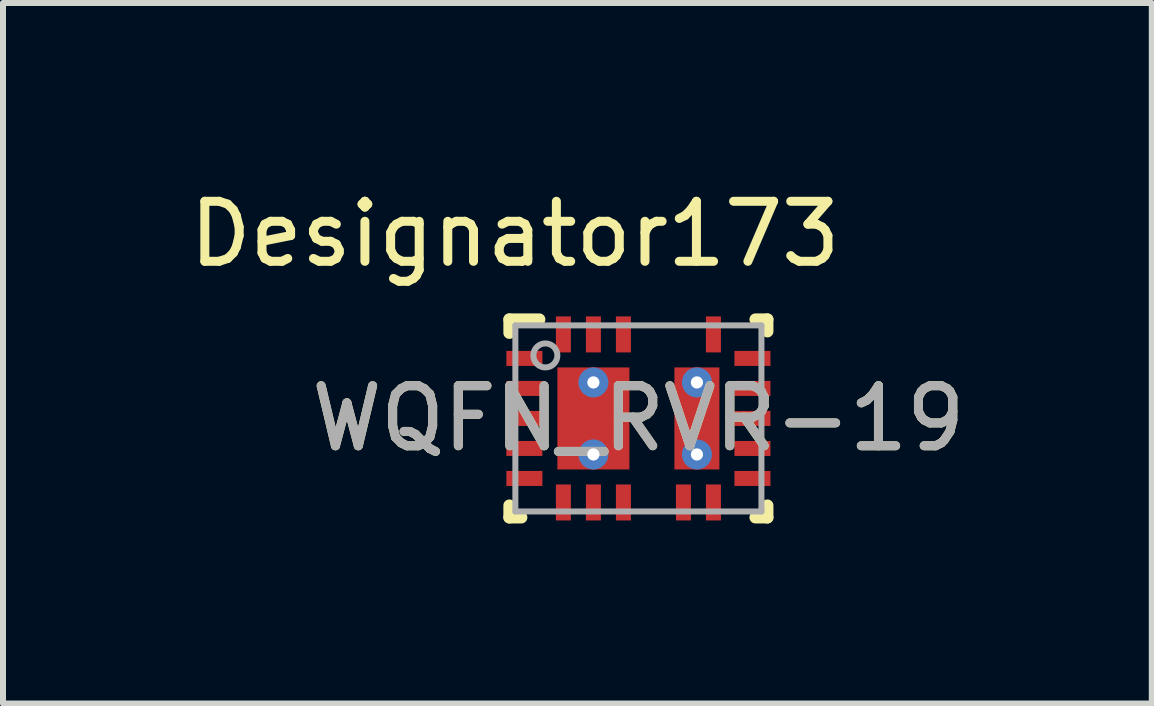
<source format=kicad_pcb>
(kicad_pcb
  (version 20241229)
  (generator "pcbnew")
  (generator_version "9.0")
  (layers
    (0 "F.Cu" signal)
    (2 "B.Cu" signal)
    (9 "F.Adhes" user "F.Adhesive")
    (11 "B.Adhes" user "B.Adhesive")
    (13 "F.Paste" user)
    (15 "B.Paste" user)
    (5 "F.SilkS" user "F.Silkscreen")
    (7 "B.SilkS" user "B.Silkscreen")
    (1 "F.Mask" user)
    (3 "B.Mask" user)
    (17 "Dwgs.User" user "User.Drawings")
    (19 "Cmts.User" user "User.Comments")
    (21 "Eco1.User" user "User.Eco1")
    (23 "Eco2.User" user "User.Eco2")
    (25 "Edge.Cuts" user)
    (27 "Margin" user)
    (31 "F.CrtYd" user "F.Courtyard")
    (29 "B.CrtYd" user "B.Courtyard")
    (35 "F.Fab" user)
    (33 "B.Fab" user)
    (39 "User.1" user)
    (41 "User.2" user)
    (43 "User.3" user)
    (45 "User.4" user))
  (footprint "WQFN_RVR-19"
    (layer "F.Cu")
    (at 7.587 3.922)
    (property "Reference" "WQFN_RVR-19" (at 0 0 0) (unlocked yes) (layer "F.SilkS") (effects (font (size 1 1) (thickness 0.15))))
    (attr smd)
    (fp_line (start -2.15 -1.65) (end -1.65 -1.65) (stroke (width 0.2) (type solid)) (layer "F.SilkS"))
    (fp_line (start -2.15 -1.425) (end -2.15 -1.65) (stroke (width 0.2) (type solid)) (layer "F.SilkS"))
    (fp_line (start -2.15 1.65) (end -2.15 1.45) (stroke (width 0.2) (type solid)) (layer "F.SilkS"))
    (fp_line (start -2.15 1.65) (end -1.95 1.65) (stroke (width 0.2) (type solid)) (layer "F.SilkS"))
    (fp_line (start 1.95 -1.65) (end 2.15 -1.65) (stroke (width 0.2) (type solid)) (layer "F.SilkS"))
    (fp_line (start 1.95 1.65) (end 2.15 1.65) (stroke (width 0.2) (type solid)) (layer "F.SilkS"))
    (fp_line (start 2.15 -1.45) (end 2.15 -1.65) (stroke (width 0.2) (type solid)) (layer "F.SilkS"))
    (fp_line (start 2.15 1.65) (end 2.15 1.45) (stroke (width 0.2) (type solid)) (layer "F.SilkS"))
    (fp_poly (pts (xy -1.315 -0.149) (xy -1.315 -0.801) (xy -1.314 -0.811) (xy -1.311 -0.82) (xy -1.307 -0.828) (xy -1.301 -0.836) (xy -1.293 -0.842) (xy -1.285 -0.846) (xy -1.276 -0.849) (xy -1.266 -0.85) (xy -0.234 -0.85) (xy -0.224 -0.849) (xy -0.215 -0.846) (xy -0.207 -0.842) (xy -0.199 -0.836) (xy -0.193 -0.828) (xy -0.189 -0.82) (xy -0.186 -0.811) (xy -0.185 -0.801) (xy -0.185 -0.149) (xy -0.186 -0.139) (xy -0.189 -0.13) (xy -0.193 -0.122) (xy -0.199 -0.114) (xy -0.207 -0.108) (xy -0.215 -0.104) (xy -0.224 -0.101) (xy -0.234 -0.1) (xy -1.266 -0.1) (xy -1.276 -0.101) (xy -1.285 -0.104) (xy -1.293 -0.108) (xy -1.301 -0.114) (xy -1.307 -0.122) (xy -1.311 -0.13) (xy -1.314 -0.139)) (stroke (width 0) (type solid)) (fill yes) (layer "F.Paste"))
    (fp_poly (pts (xy -1.315 0.801) (xy -1.315 0.149) (xy -1.314 0.139) (xy -1.311 0.13) (xy -1.307 0.122) (xy -1.301 0.114) (xy -1.293 0.108) (xy -1.285 0.104) (xy -1.276 0.101) (xy -1.266 0.1) (xy -0.234 0.1) (xy -0.224 0.101) (xy -0.215 0.104) (xy -0.207 0.108) (xy -0.199 0.114) (xy -0.193 0.122) (xy -0.189 0.13) (xy -0.186 0.139) (xy -0.185 0.149) (xy -0.185 0.801) (xy -0.186 0.811) (xy -0.189 0.82) (xy -0.193 0.828) (xy -0.199 0.836) (xy -0.207 0.842) (xy -0.215 0.846) (xy -0.224 0.849) (xy -0.234 0.85) (xy -1.266 0.85) (xy -1.276 0.849) (xy -1.285 0.846) (xy -1.293 0.842) (xy -1.301 0.836) (xy -1.307 0.828) (xy -1.311 0.82) (xy -1.314 0.811)) (stroke (width 0) (type solid)) (fill yes) (layer "F.Paste"))
    (fp_poly (pts (xy 0.62 -0.146) (xy 0.62 -0.804) (xy 0.621 -0.813) (xy 0.624 -0.822) (xy 0.628 -0.829) (xy 0.634 -0.836) (xy 0.641 -0.842) (xy 0.648 -0.846) (xy 0.657 -0.849) (xy 0.666 -0.85) (xy 1.284 -0.85) (xy 1.293 -0.849) (xy 1.302 -0.846) (xy 1.309 -0.842) (xy 1.316 -0.836) (xy 1.322 -0.829) (xy 1.326 -0.822) (xy 1.329 -0.813) (xy 1.33 -0.804) (xy 1.33 -0.146) (xy 1.329 -0.137) (xy 1.326 -0.128) (xy 1.322 -0.121) (xy 1.316 -0.114) (xy 1.309 -0.108) (xy 1.302 -0.104) (xy 1.293 -0.101) (xy 1.284 -0.1) (xy 0.666 -0.1) (xy 0.657 -0.101) (xy 0.648 -0.104) (xy 0.641 -0.108) (xy 0.634 -0.114) (xy 0.628 -0.121) (xy 0.624 -0.128) (xy 0.621 -0.137)) (stroke (width 0) (type solid)) (fill yes) (layer "F.Paste"))
    (fp_poly (pts (xy 0.62 0.804) (xy 0.62 0.146) (xy 0.621 0.137) (xy 0.624 0.128) (xy 0.628 0.121) (xy 0.634 0.114) (xy 0.641 0.108) (xy 0.648 0.104) (xy 0.657 0.101) (xy 0.666 0.1) (xy 1.284 0.1) (xy 1.293 0.101) (xy 1.302 0.104) (xy 1.309 0.108) (xy 1.316 0.114) (xy 1.322 0.121) (xy 1.326 0.128) (xy 1.329 0.137) (xy 1.33 0.146) (xy 1.33 0.804) (xy 1.329 0.813) (xy 1.326 0.822) (xy 1.322 0.829) (xy 1.316 0.836) (xy 1.309 0.842) (xy 1.302 0.846) (xy 1.293 0.849) (xy 1.284 0.85) (xy 0.666 0.85) (xy 0.657 0.849) (xy 0.648 0.846) (xy 0.641 0.842) (xy 0.634 0.836) (xy 0.628 0.829) (xy 0.624 0.822) (xy 0.621 0.813)) (stroke (width 0) (type solid)) (fill yes) (layer "F.Paste"))
    (fp_line (start -2.05 1.55) (end -2.05 -1.55) (stroke (width 0.1) (type solid)) (layer "F.Fab"))
    (fp_line (start -2.05 1.55) (end 2.05 1.55) (stroke (width 0.1) (type solid)) (layer "F.Fab"))
    (fp_line (start -2.05 -1.55) (end 2.05 -1.55) (stroke (width 0.1) (type solid)) (layer "F.Fab"))
    (fp_line (start 2.05 1.55) (end 2.05 -1.55) (stroke (width 0.1) (type solid)) (layer "F.Fab"))
    (fp_circle (center -1.55 -1.05) (end -1.35 -1.05) (stroke (width 0.1) (type solid)) (fill no) (layer "F.Fab"))
    (fp_text user "Designator173" (at -2.057 -3.073 0) (unlocked yes) (layer "F.SilkS") (effects (font (size 1 1) (thickness 0.15))))
    (fp_text user "${REFERENCE}" (at 0 0 0) (unlocked yes) (layer "F.Fab") (effects (font (size 1 1) (thickness 0.15))))
    (pad "1" smd rect (at -1.9 -1 90) (size 0.25 0.6) (layers "F.Cu" "F.Mask" "F.Paste"))
    (pad "2" smd rect (at -1.9 -0.5 90) (size 0.25 0.6) (layers "F.Cu" "F.Mask" "F.Paste"))
    (pad "3" smd rect (at -1.9 -0.000003 90) (size 0.25 0.6) (layers "F.Cu" "F.Mask" "F.Paste"))
    (pad "4" smd rect (at -1.9 0.5 90) (size 0.25 0.6) (layers "F.Cu" "F.Mask" "F.Paste"))
    (pad "5" smd rect (at -1.9 1 90) (size 0.25 0.6) (layers "F.Cu" "F.Mask" "F.Paste"))
    (pad "6" smd rect (at -1.25 1.4) (size 0.25 0.6) (layers "F.Cu" "F.Mask" "F.Paste"))
    (pad "7" smd rect (at -0.75 1.4) (size 0.25 0.6) (layers "F.Cu" "F.Mask" "F.Paste"))
    (pad "8" smd rect (at -0.25 1.4) (size 0.25 0.6) (layers "F.Cu" "F.Mask" "F.Paste"))
    (pad "9" smd rect (at 0.75 1.4) (size 0.25 0.6) (layers "F.Cu" "F.Mask" "F.Paste"))
    (pad "10" smd rect (at 1.25 1.4) (size 0.25 0.6) (layers "F.Cu" "F.Mask" "F.Paste"))
    (pad "11" smd rect (at 1.9 1 90) (size 0.25 0.6) (layers "F.Cu" "F.Mask" "F.Paste"))
    (pad "12" smd rect (at 1.9 0.5 90) (size 0.25 0.6) (layers "F.Cu" "F.Mask" "F.Paste"))
    (pad "13" smd rect (at 1.9 -0.000003 90) (size 0.25 0.6) (layers "F.Cu" "F.Mask" "F.Paste"))
    (pad "14" smd rect (at 1.9 -0.5 90) (size 0.25 0.6) (layers "F.Cu" "F.Mask" "F.Paste"))
    (pad "15" smd rect (at 1.9 -1 90) (size 0.25 0.6) (layers "F.Cu" "F.Mask" "F.Paste"))
    (pad "16" smd rect (at 1.25 -1.4) (size 0.25 0.6) (layers "F.Cu" "F.Mask" "F.Paste"))
    (pad "17" smd rect (at -0.25 -1.4) (size 0.25 0.6) (layers "F.Cu" "F.Mask" "F.Paste"))
    (pad "18" smd rect (at -0.75 -1.4) (size 0.25 0.6) (layers "F.Cu" "F.Mask" "F.Paste"))
    (pad "19" smd rect (at -1.25 -1.4) (size 0.25 0.6) (layers "F.Cu" "F.Mask" "F.Paste"))
    (pad "20" smd rect (at -0.75 -0.000003) (size 1.2 1.7) (layers "F.Cu" "F.Mask"))
    (pad "21" smd rect (at 0.975 0) (size 0.75 1.7) (layers "F.Cu" "F.Mask"))
    (pad "V" thru_hole circle (at -0.75 -0.6) (size 0.5 0.5) (drill 0.203) (layers "*.Cu" "*.Mask"))
    (pad "V" thru_hole circle (at -0.75 0.6) (size 0.5 0.5) (drill 0.203) (layers "*.Cu" "*.Mask"))
    (pad "V" thru_hole circle (at 0.975 -0.6) (size 0.5 0.5) (drill 0.203) (layers "*.Cu" "*.Mask"))
    (pad "V" thru_hole circle (at 0.975 0.6) (size 0.5 0.5) (drill 0.203) (layers "*.Cu" "*.Mask")))
  (gr_rect
    (start -3 -3)
    (end 16.141 8.672)
    (stroke (width 0.1) (type default))
    (fill no)
    (layer "Edge.Cuts")))
</source>
